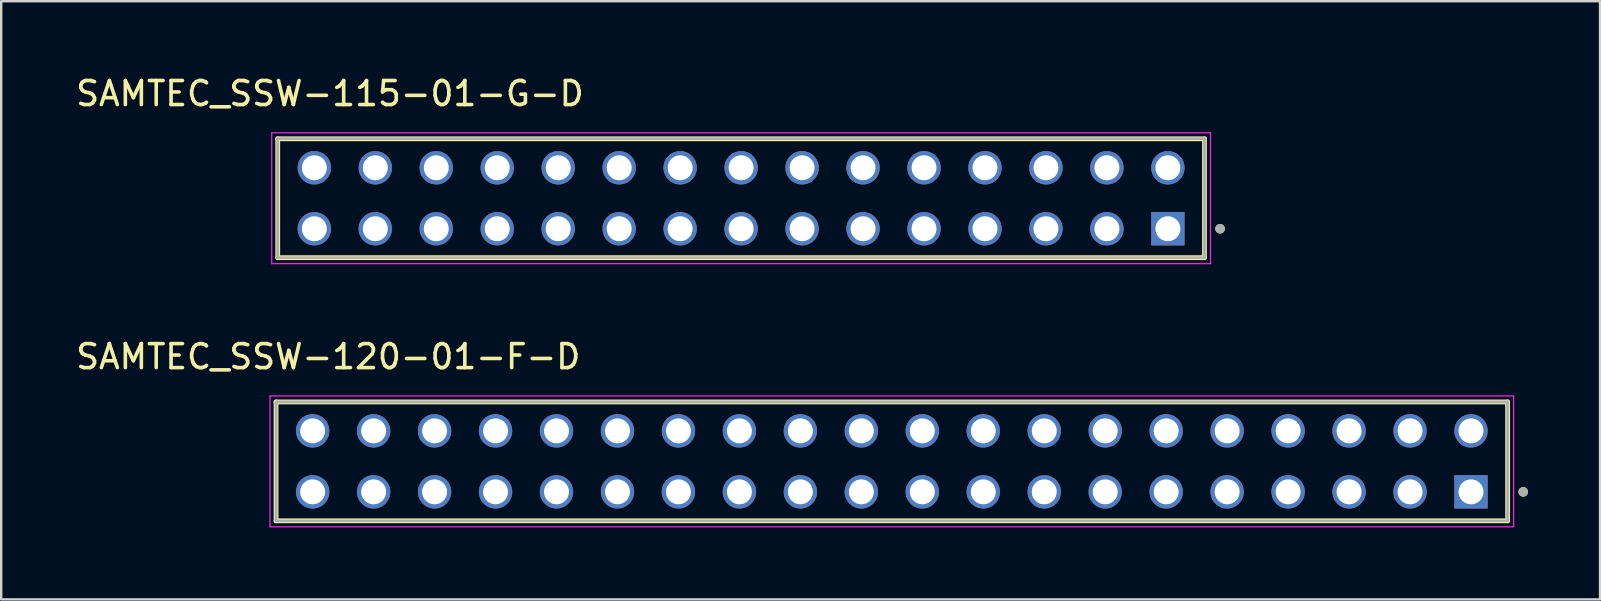
<source format=kicad_pcb>
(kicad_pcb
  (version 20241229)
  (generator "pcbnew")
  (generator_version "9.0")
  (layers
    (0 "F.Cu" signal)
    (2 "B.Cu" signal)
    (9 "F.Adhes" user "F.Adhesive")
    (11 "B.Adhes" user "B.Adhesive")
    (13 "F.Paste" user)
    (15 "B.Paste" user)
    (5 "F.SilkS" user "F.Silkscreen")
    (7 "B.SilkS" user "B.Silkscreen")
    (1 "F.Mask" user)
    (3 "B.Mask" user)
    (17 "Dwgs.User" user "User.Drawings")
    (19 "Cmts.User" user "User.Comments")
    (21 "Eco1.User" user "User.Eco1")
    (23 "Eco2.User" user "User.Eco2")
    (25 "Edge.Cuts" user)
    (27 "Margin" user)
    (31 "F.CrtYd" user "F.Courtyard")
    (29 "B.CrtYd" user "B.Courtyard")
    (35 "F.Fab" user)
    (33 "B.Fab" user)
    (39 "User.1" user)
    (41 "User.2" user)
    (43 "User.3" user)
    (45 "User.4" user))
  (footprint "SAMTEC_SSW-120-01-F-D"
    (layer "F.Cu")
    (at 58.235 17.441)
    (property "Reference" "SAMTEC_SSW-120-01-F-D" (at -47.61 -5.631 0) (layer "F.SilkS") (effects (font (size 1 1) (thickness 0.15))))
    (attr through_hole)
    (fp_line (start -49.785 1.206) (end -49.785 -3.747) (stroke (width 0.2) (type solid)) (layer "F.SilkS"))
    (fp_line (start 1.525 -3.747) (end -49.785 -3.747) (stroke (width 0.2) (type solid)) (layer "F.SilkS"))
    (fp_line (start 1.525 -3.747) (end 1.525 1.206) (stroke (width 0.2) (type solid)) (layer "F.SilkS"))
    (fp_line (start 1.525 1.206) (end -49.785 1.206) (stroke (width 0.2) (type solid)) (layer "F.SilkS"))
    (fp_circle (center 2.175 0) (end 2.275 0) (stroke (width 0.2) (type solid)) (fill no) (layer "F.SilkS"))
    (fp_line (start -50.035 -3.997) (end 1.775 -3.997) (stroke (width 0.05) (type solid)) (layer "F.CrtYd"))
    (fp_line (start -50.035 1.456) (end -50.035 -3.997) (stroke (width 0.05) (type solid)) (layer "F.CrtYd"))
    (fp_line (start 1.775 -3.997) (end 1.775 1.456) (stroke (width 0.05) (type solid)) (layer "F.CrtYd"))
    (fp_line (start 1.775 1.456) (end -50.035 1.456) (stroke (width 0.05) (type solid)) (layer "F.CrtYd"))
    (fp_line (start -49.785 -3.747) (end 1.525 -3.747) (stroke (width 0.1) (type solid)) (layer "F.Fab"))
    (fp_line (start -49.785 -3.747) (end 1.525 -3.747) (stroke (width 0.1) (type solid)) (layer "F.Fab"))
    (fp_line (start -49.785 1.206) (end -49.785 -3.747) (stroke (width 0.1) (type solid)) (layer "F.Fab"))
    (fp_line (start -49.785 1.206) (end -49.785 -3.747) (stroke (width 0.1) (type solid)) (layer "F.Fab"))
    (fp_line (start 1.525 -3.747) (end 1.525 1.206) (stroke (width 0.1) (type solid)) (layer "F.Fab"))
    (fp_line (start 1.525 -3.747) (end 1.525 1.206) (stroke (width 0.1) (type solid)) (layer "F.Fab"))
    (fp_line (start 1.525 1.206) (end -49.785 1.206) (stroke (width 0.1) (type solid)) (layer "F.Fab"))
    (fp_circle (center 2.175 0) (end 2.275 0) (stroke (width 0.2) (type solid)) (fill no) (layer "F.Fab"))
    (pad "01" thru_hole rect (at 0 0) (size 1.39 1.39) (drill 1.04) (layers "*.Cu" "*.Mask"))
    (pad "02" thru_hole circle (at 0 -2.54) (size 1.39 1.39) (drill 1.04) (layers "*.Cu" "*.Mask"))
    (pad "03" thru_hole circle (at -2.54 0) (size 1.39 1.39) (drill 1.04) (layers "*.Cu" "*.Mask"))
    (pad "04" thru_hole circle (at -2.54 -2.54) (size 1.39 1.39) (drill 1.04) (layers "*.Cu" "*.Mask"))
    (pad "05" thru_hole circle (at -5.08 0) (size 1.39 1.39) (drill 1.04) (layers "*.Cu" "*.Mask"))
    (pad "06" thru_hole circle (at -5.08 -2.54) (size 1.39 1.39) (drill 1.04) (layers "*.Cu" "*.Mask"))
    (pad "07" thru_hole circle (at -7.62 0) (size 1.39 1.39) (drill 1.04) (layers "*.Cu" "*.Mask"))
    (pad "08" thru_hole circle (at -7.62 -2.54) (size 1.39 1.39) (drill 1.04) (layers "*.Cu" "*.Mask"))
    (pad "09" thru_hole circle (at -10.16 0) (size 1.39 1.39) (drill 1.04) (layers "*.Cu" "*.Mask"))
    (pad "10" thru_hole circle (at -10.16 -2.54) (size 1.39 1.39) (drill 1.04) (layers "*.Cu" "*.Mask"))
    (pad "11" thru_hole circle (at -12.7 0) (size 1.39 1.39) (drill 1.04) (layers "*.Cu" "*.Mask"))
    (pad "12" thru_hole circle (at -12.7 -2.54) (size 1.39 1.39) (drill 1.04) (layers "*.Cu" "*.Mask"))
    (pad "13" thru_hole circle (at -15.24 0) (size 1.39 1.39) (drill 1.04) (layers "*.Cu" "*.Mask"))
    (pad "14" thru_hole circle (at -15.24 -2.54) (size 1.39 1.39) (drill 1.04) (layers "*.Cu" "*.Mask"))
    (pad "15" thru_hole circle (at -17.78 0) (size 1.39 1.39) (drill 1.04) (layers "*.Cu" "*.Mask"))
    (pad "16" thru_hole circle (at -17.78 -2.54) (size 1.39 1.39) (drill 1.04) (layers "*.Cu" "*.Mask"))
    (pad "17" thru_hole circle (at -20.32 0) (size 1.39 1.39) (drill 1.04) (layers "*.Cu" "*.Mask"))
    (pad "18" thru_hole circle (at -20.32 -2.54) (size 1.39 1.39) (drill 1.04) (layers "*.Cu" "*.Mask"))
    (pad "19" thru_hole circle (at -22.86 0) (size 1.39 1.39) (drill 1.04) (layers "*.Cu" "*.Mask"))
    (pad "20" thru_hole circle (at -22.86 -2.54) (size 1.39 1.39) (drill 1.04) (layers "*.Cu" "*.Mask"))
    (pad "21" thru_hole circle (at -25.4 0) (size 1.39 1.39) (drill 1.04) (layers "*.Cu" "*.Mask"))
    (pad "22" thru_hole circle (at -25.4 -2.54) (size 1.39 1.39) (drill 1.04) (layers "*.Cu" "*.Mask"))
    (pad "23" thru_hole circle (at -27.94 0) (size 1.39 1.39) (drill 1.04) (layers "*.Cu" "*.Mask"))
    (pad "24" thru_hole circle (at -27.94 -2.54) (size 1.39 1.39) (drill 1.04) (layers "*.Cu" "*.Mask"))
    (pad "25" thru_hole circle (at -30.48 0) (size 1.39 1.39) (drill 1.04) (layers "*.Cu" "*.Mask"))
    (pad "26" thru_hole circle (at -30.48 -2.54) (size 1.39 1.39) (drill 1.04) (layers "*.Cu" "*.Mask"))
    (pad "27" thru_hole circle (at -33.02 0) (size 1.39 1.39) (drill 1.04) (layers "*.Cu" "*.Mask"))
    (pad "28" thru_hole circle (at -33.02 -2.54) (size 1.39 1.39) (drill 1.04) (layers "*.Cu" "*.Mask"))
    (pad "29" thru_hole circle (at -35.56 0) (size 1.39 1.39) (drill 1.04) (layers "*.Cu" "*.Mask"))
    (pad "30" thru_hole circle (at -35.56 -2.54) (size 1.39 1.39) (drill 1.04) (layers "*.Cu" "*.Mask"))
    (pad "31" thru_hole circle (at -38.1 0) (size 1.39 1.39) (drill 1.04) (layers "*.Cu" "*.Mask"))
    (pad "32" thru_hole circle (at -38.1 -2.54) (size 1.39 1.39) (drill 1.04) (layers "*.Cu" "*.Mask"))
    (pad "33" thru_hole circle (at -40.64 0) (size 1.39 1.39) (drill 1.04) (layers "*.Cu" "*.Mask"))
    (pad "34" thru_hole circle (at -40.64 -2.54) (size 1.39 1.39) (drill 1.04) (layers "*.Cu" "*.Mask"))
    (pad "35" thru_hole circle (at -43.18 0) (size 1.39 1.39) (drill 1.04) (layers "*.Cu" "*.Mask"))
    (pad "36" thru_hole circle (at -43.18 -2.54) (size 1.39 1.39) (drill 1.04) (layers "*.Cu" "*.Mask"))
    (pad "37" thru_hole circle (at -45.72 0) (size 1.39 1.39) (drill 1.04) (layers "*.Cu" "*.Mask"))
    (pad "38" thru_hole circle (at -45.72 -2.54) (size 1.39 1.39) (drill 1.04) (layers "*.Cu" "*.Mask"))
    (pad "39" thru_hole circle (at -48.26 0) (size 1.39 1.39) (drill 1.04) (layers "*.Cu" "*.Mask"))
    (pad "40" thru_hole circle (at -48.26 -2.54) (size 1.39 1.39) (drill 1.04) (layers "*.Cu" "*.Mask")))
  (footprint "SAMTEC_SSW-115-01-G-D"
    (layer "F.Cu")
    (at 45.606 6.48)
    (property "Reference" "SAMTEC_SSW-115-01-G-D" (at -34.91 -5.631 0) (layer "F.SilkS") (effects (font (size 1 1) (thickness 0.15))))
    (attr through_hole)
    (fp_line (start -37.085 1.206) (end -37.085 -3.747) (stroke (width 0.2) (type solid)) (layer "F.SilkS"))
    (fp_line (start 1.525 -3.747) (end -37.085 -3.747) (stroke (width 0.2) (type solid)) (layer "F.SilkS"))
    (fp_line (start 1.525 -3.747) (end 1.525 1.206) (stroke (width 0.2) (type solid)) (layer "F.SilkS"))
    (fp_line (start 1.525 1.206) (end -37.085 1.206) (stroke (width 0.2) (type solid)) (layer "F.SilkS"))
    (fp_circle (center 2.175 0) (end 2.275 0) (stroke (width 0.2) (type solid)) (fill no) (layer "F.SilkS"))
    (fp_line (start -37.335 -3.997) (end 1.775 -3.997) (stroke (width 0.05) (type solid)) (layer "F.CrtYd"))
    (fp_line (start -37.335 1.456) (end -37.335 -3.997) (stroke (width 0.05) (type solid)) (layer "F.CrtYd"))
    (fp_line (start 1.775 -3.997) (end 1.775 1.456) (stroke (width 0.05) (type solid)) (layer "F.CrtYd"))
    (fp_line (start 1.775 1.456) (end -37.335 1.456) (stroke (width 0.05) (type solid)) (layer "F.CrtYd"))
    (fp_line (start -37.085 -3.747) (end 1.525 -3.747) (stroke (width 0.1) (type solid)) (layer "F.Fab"))
    (fp_line (start -37.085 -3.747) (end 1.525 -3.747) (stroke (width 0.1) (type solid)) (layer "F.Fab"))
    (fp_line (start -37.085 1.206) (end -37.085 -3.747) (stroke (width 0.1) (type solid)) (layer "F.Fab"))
    (fp_line (start -37.085 1.206) (end -37.085 -3.747) (stroke (width 0.1) (type solid)) (layer "F.Fab"))
    (fp_line (start 1.525 -3.747) (end 1.525 1.206) (stroke (width 0.1) (type solid)) (layer "F.Fab"))
    (fp_line (start 1.525 -3.747) (end 1.525 1.206) (stroke (width 0.1) (type solid)) (layer "F.Fab"))
    (fp_line (start 1.525 1.206) (end -37.085 1.206) (stroke (width 0.1) (type solid)) (layer "F.Fab"))
    (fp_circle (center 2.175 0) (end 2.275 0) (stroke (width 0.2) (type solid)) (fill no) (layer "F.Fab"))
    (pad "01" thru_hole rect (at 0 0) (size 1.39 1.39) (drill 1.04) (layers "*.Cu" "*.Mask"))
    (pad "02" thru_hole circle (at 0 -2.54) (size 1.39 1.39) (drill 1.04) (layers "*.Cu" "*.Mask"))
    (pad "03" thru_hole circle (at -2.54 0) (size 1.39 1.39) (drill 1.04) (layers "*.Cu" "*.Mask"))
    (pad "04" thru_hole circle (at -2.54 -2.54) (size 1.39 1.39) (drill 1.04) (layers "*.Cu" "*.Mask"))
    (pad "05" thru_hole circle (at -5.08 0) (size 1.39 1.39) (drill 1.04) (layers "*.Cu" "*.Mask"))
    (pad "06" thru_hole circle (at -5.08 -2.54) (size 1.39 1.39) (drill 1.04) (layers "*.Cu" "*.Mask"))
    (pad "07" thru_hole circle (at -7.62 0) (size 1.39 1.39) (drill 1.04) (layers "*.Cu" "*.Mask"))
    (pad "08" thru_hole circle (at -7.62 -2.54) (size 1.39 1.39) (drill 1.04) (layers "*.Cu" "*.Mask"))
    (pad "09" thru_hole circle (at -10.16 0) (size 1.39 1.39) (drill 1.04) (layers "*.Cu" "*.Mask"))
    (pad "10" thru_hole circle (at -10.16 -2.54) (size 1.39 1.39) (drill 1.04) (layers "*.Cu" "*.Mask"))
    (pad "11" thru_hole circle (at -12.7 0) (size 1.39 1.39) (drill 1.04) (layers "*.Cu" "*.Mask"))
    (pad "12" thru_hole circle (at -12.7 -2.54) (size 1.39 1.39) (drill 1.04) (layers "*.Cu" "*.Mask"))
    (pad "13" thru_hole circle (at -15.24 0) (size 1.39 1.39) (drill 1.04) (layers "*.Cu" "*.Mask"))
    (pad "14" thru_hole circle (at -15.24 -2.54) (size 1.39 1.39) (drill 1.04) (layers "*.Cu" "*.Mask"))
    (pad "15" thru_hole circle (at -17.78 0) (size 1.39 1.39) (drill 1.04) (layers "*.Cu" "*.Mask"))
    (pad "16" thru_hole circle (at -17.78 -2.54) (size 1.39 1.39) (drill 1.04) (layers "*.Cu" "*.Mask"))
    (pad "17" thru_hole circle (at -20.32 0) (size 1.39 1.39) (drill 1.04) (layers "*.Cu" "*.Mask"))
    (pad "18" thru_hole circle (at -20.32 -2.54) (size 1.39 1.39) (drill 1.04) (layers "*.Cu" "*.Mask"))
    (pad "19" thru_hole circle (at -22.86 0) (size 1.39 1.39) (drill 1.04) (layers "*.Cu" "*.Mask"))
    (pad "20" thru_hole circle (at -22.86 -2.54) (size 1.39 1.39) (drill 1.04) (layers "*.Cu" "*.Mask"))
    (pad "21" thru_hole circle (at -25.4 0) (size 1.39 1.39) (drill 1.04) (layers "*.Cu" "*.Mask"))
    (pad "22" thru_hole circle (at -25.4 -2.54) (size 1.39 1.39) (drill 1.04) (layers "*.Cu" "*.Mask"))
    (pad "23" thru_hole circle (at -27.94 0) (size 1.39 1.39) (drill 1.04) (layers "*.Cu" "*.Mask"))
    (pad "24" thru_hole circle (at -27.94 -2.54) (size 1.39 1.39) (drill 1.04) (layers "*.Cu" "*.Mask"))
    (pad "25" thru_hole circle (at -30.48 0) (size 1.39 1.39) (drill 1.04) (layers "*.Cu" "*.Mask"))
    (pad "26" thru_hole circle (at -30.48 -2.54) (size 1.39 1.39) (drill 1.04) (layers "*.Cu" "*.Mask"))
    (pad "27" thru_hole circle (at -33.02 0) (size 1.39 1.39) (drill 1.04) (layers "*.Cu" "*.Mask"))
    (pad "28" thru_hole circle (at -33.02 -2.54) (size 1.39 1.39) (drill 1.04) (layers "*.Cu" "*.Mask"))
    (pad "29" thru_hole circle (at -35.56 0) (size 1.39 1.39) (drill 1.04) (layers "*.Cu" "*.Mask"))
    (pad "30" thru_hole circle (at -35.56 -2.54) (size 1.39 1.39) (drill 1.04) (layers "*.Cu" "*.Mask")))
  (gr_rect
    (start -3 -3)
    (end 63.61 21.922)
    (stroke (width 0.1) (type default))
    (fill no)
    (layer "Edge.Cuts")))
</source>
